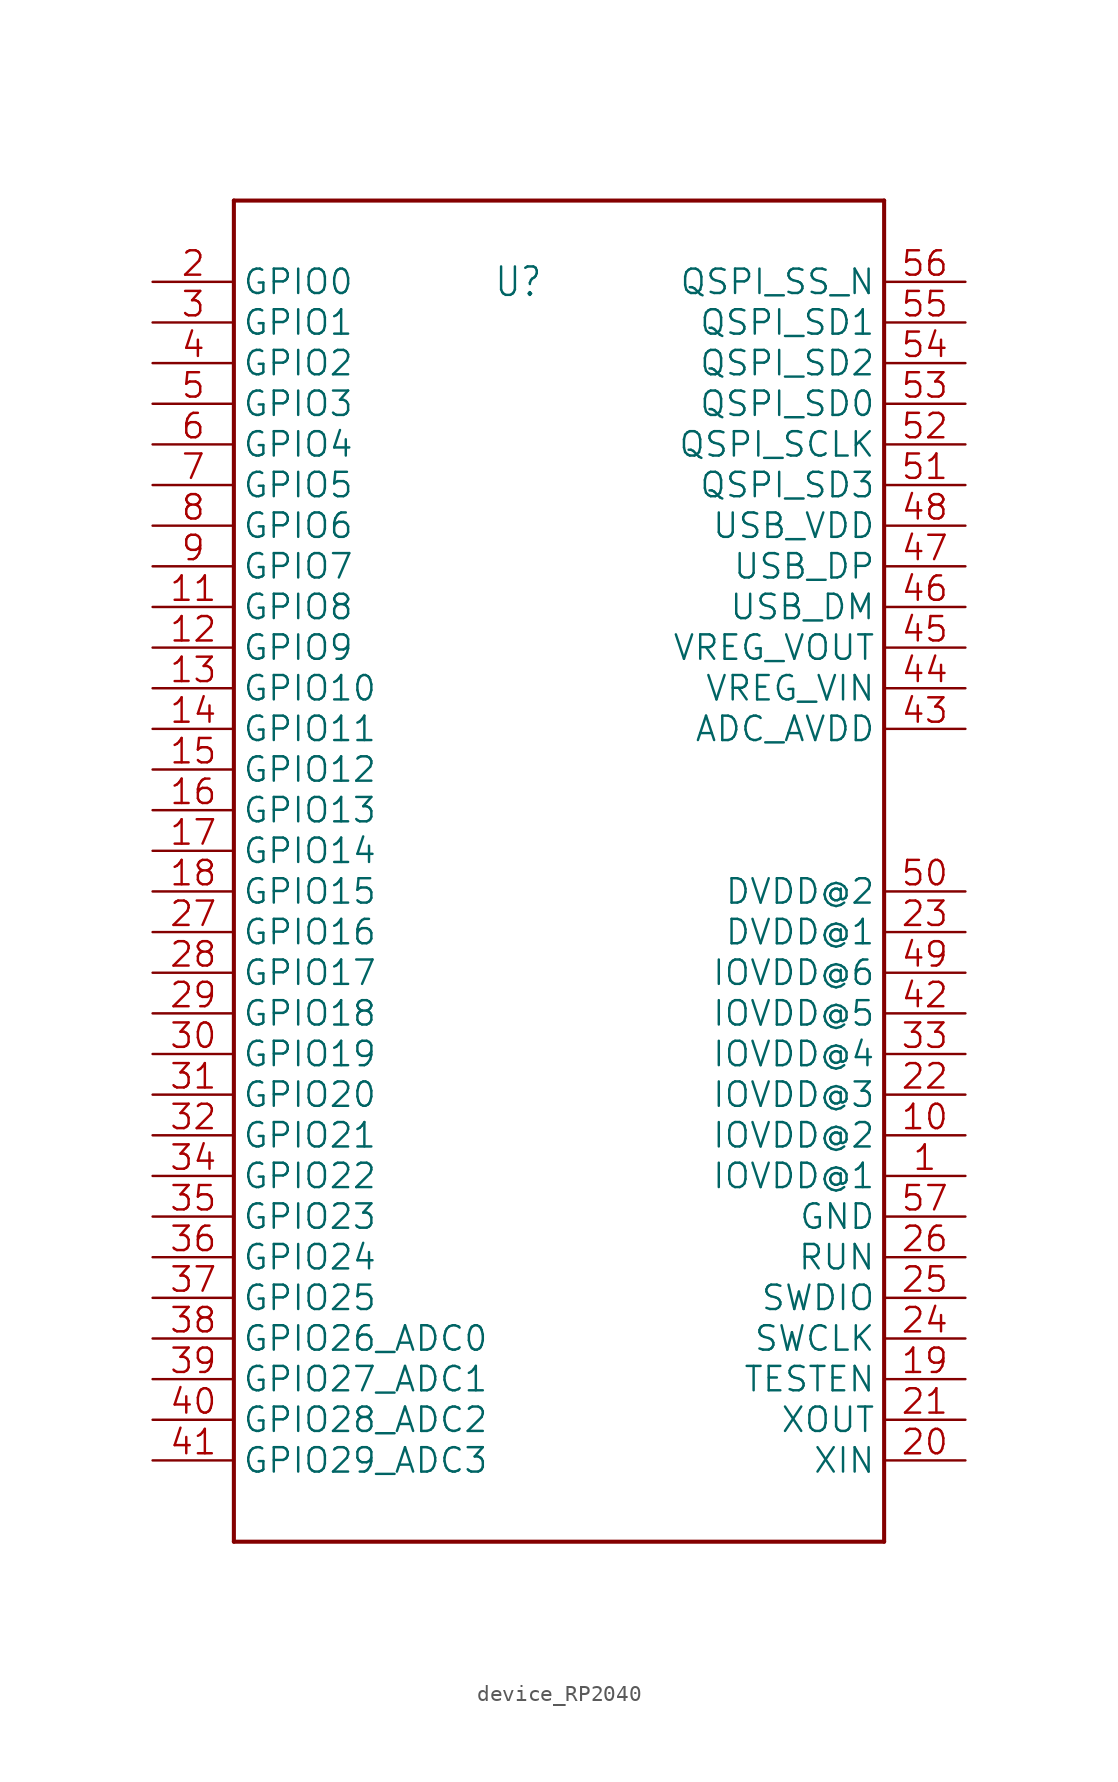
<source format=kicad_sym>
(kicad_symbol_lib
  (version 20241209)
  (generator "kicad_symbol_editor")
  (generator_version "9.0")
  (symbol "device_RP2040"
    (property "Reference" "U"
      (at -2.54 40.64 0)
      (effects (font (size 1.778 1.511))))
    (property "ki_locked" ""
      (at 0 0 0)
      (effects (font (size 1.27 1.27))))
    (symbol "device_RP2040_1_0"
      (polyline (pts (xy -20.32 45.72) (xy -20.32 -38.1)) (stroke (width 0.254) (type solid)) (fill (type none)))
      (polyline (pts (xy -20.32 -38.1) (xy 20.32 -38.1)) (stroke (width 0.254) (type solid)) (fill (type none)))
      (polyline (pts (xy 20.32 45.72) (xy -20.32 45.72)) (stroke (width 0.254) (type solid)) (fill (type none)))
      (polyline (pts (xy 20.32 -38.1) (xy 20.32 45.72)) (stroke (width 0.254) (type solid)) (fill (type none)))
      (pin bidirectional line (at -25.4 40.64 0) (length 5.08) (name "GPIO0" (effects (font (size 1.524 1.524)))) (number "2" (effects (font (size 1.524 1.524)))))
      (pin bidirectional line (at -25.4 38.1 0) (length 5.08) (name "GPIO1" (effects (font (size 1.524 1.524)))) (number "3" (effects (font (size 1.524 1.524)))))
      (pin bidirectional line (at -25.4 35.56 0) (length 5.08) (name "GPIO2" (effects (font (size 1.524 1.524)))) (number "4" (effects (font (size 1.524 1.524)))))
      (pin bidirectional line (at -25.4 33.02 0) (length 5.08) (name "GPIO3" (effects (font (size 1.524 1.524)))) (number "5" (effects (font (size 1.524 1.524)))))
      (pin bidirectional line (at -25.4 30.48 0) (length 5.08) (name "GPIO4" (effects (font (size 1.524 1.524)))) (number "6" (effects (font (size 1.524 1.524)))))
      (pin bidirectional line (at -25.4 27.94 0) (length 5.08) (name "GPIO5" (effects (font (size 1.524 1.524)))) (number "7" (effects (font (size 1.524 1.524)))))
      (pin bidirectional line (at -25.4 25.4 0) (length 5.08) (name "GPIO6" (effects (font (size 1.524 1.524)))) (number "8" (effects (font (size 1.524 1.524)))))
      (pin bidirectional line (at -25.4 22.86 0) (length 5.08) (name "GPIO7" (effects (font (size 1.524 1.524)))) (number "9" (effects (font (size 1.524 1.524)))))
      (pin bidirectional line (at -25.4 20.32 0) (length 5.08) (name "GPIO8" (effects (font (size 1.524 1.524)))) (number "11" (effects (font (size 1.524 1.524)))))
      (pin bidirectional line (at -25.4 17.78 0) (length 5.08) (name "GPIO9" (effects (font (size 1.524 1.524)))) (number "12" (effects (font (size 1.524 1.524)))))
      (pin bidirectional line (at -25.4 15.24 0) (length 5.08) (name "GPIO10" (effects (font (size 1.524 1.524)))) (number "13" (effects (font (size 1.524 1.524)))))
      (pin bidirectional line (at -25.4 12.7 0) (length 5.08) (name "GPIO11" (effects (font (size 1.524 1.524)))) (number "14" (effects (font (size 1.524 1.524)))))
      (pin bidirectional line (at -25.4 10.16 0) (length 5.08) (name "GPIO12" (effects (font (size 1.524 1.524)))) (number "15" (effects (font (size 1.524 1.524)))))
      (pin bidirectional line (at -25.4 7.62 0) (length 5.08) (name "GPIO13" (effects (font (size 1.524 1.524)))) (number "16" (effects (font (size 1.524 1.524)))))
      (pin bidirectional line (at -25.4 5.08 0) (length 5.08) (name "GPIO14" (effects (font (size 1.524 1.524)))) (number "17" (effects (font (size 1.524 1.524)))))
      (pin bidirectional line (at -25.4 2.54 0) (length 5.08) (name "GPIO15" (effects (font (size 1.524 1.524)))) (number "18" (effects (font (size 1.524 1.524)))))
      (pin bidirectional line (at -25.4 0 0) (length 5.08) (name "GPIO16" (effects (font (size 1.524 1.524)))) (number "27" (effects (font (size 1.524 1.524)))))
      (pin bidirectional line (at -25.4 -2.54 0) (length 5.08) (name "GPIO17" (effects (font (size 1.524 1.524)))) (number "28" (effects (font (size 1.524 1.524)))))
      (pin bidirectional line (at -25.4 -5.08 0) (length 5.08) (name "GPIO18" (effects (font (size 1.524 1.524)))) (number "29" (effects (font (size 1.524 1.524)))))
      (pin bidirectional line (at -25.4 -7.62 0) (length 5.08) (name "GPIO19" (effects (font (size 1.524 1.524)))) (number "30" (effects (font (size 1.524 1.524)))))
      (pin bidirectional line (at -25.4 -10.16 0) (length 5.08) (name "GPIO20" (effects (font (size 1.524 1.524)))) (number "31" (effects (font (size 1.524 1.524)))))
      (pin bidirectional line (at -25.4 -12.7 0) (length 5.08) (name "GPIO21" (effects (font (size 1.524 1.524)))) (number "32" (effects (font (size 1.524 1.524)))))
      (pin bidirectional line (at -25.4 -15.24 0) (length 5.08) (name "GPIO22" (effects (font (size 1.524 1.524)))) (number "34" (effects (font (size 1.524 1.524)))))
      (pin bidirectional line (at -25.4 -17.78 0) (length 5.08) (name "GPIO23" (effects (font (size 1.524 1.524)))) (number "35" (effects (font (size 1.524 1.524)))))
      (pin bidirectional line (at -25.4 -20.32 0) (length 5.08) (name "GPIO24" (effects (font (size 1.524 1.524)))) (number "36" (effects (font (size 1.524 1.524)))))
      (pin bidirectional line (at -25.4 -22.86 0) (length 5.08) (name "GPIO25" (effects (font (size 1.524 1.524)))) (number "37" (effects (font (size 1.524 1.524)))))
      (pin bidirectional line (at -25.4 -25.4 0) (length 5.08) (name "GPIO26_ADC0" (effects (font (size 1.524 1.524)))) (number "38" (effects (font (size 1.524 1.524)))))
      (pin bidirectional line (at -25.4 -27.94 0) (length 5.08) (name "GPIO27_ADC1" (effects (font (size 1.524 1.524)))) (number "39" (effects (font (size 1.524 1.524)))))
      (pin bidirectional line (at -25.4 -30.48 0) (length 5.08) (name "GPIO28_ADC2" (effects (font (size 1.524 1.524)))) (number "40" (effects (font (size 1.524 1.524)))))
      (pin bidirectional line (at -25.4 -33.02 0) (length 5.08) (name "GPIO29_ADC3" (effects (font (size 1.524 1.524)))) (number "41" (effects (font (size 1.524 1.524)))))
      (pin bidirectional line (at 25.4 40.64 180) (length 5.08) (name "QSPI_SS_N" (effects (font (size 1.524 1.524)))) (number "56" (effects (font (size 1.524 1.524)))))
      (pin bidirectional line (at 25.4 38.1 180) (length 5.08) (name "QSPI_SD1" (effects (font (size 1.524 1.524)))) (number "55" (effects (font (size 1.524 1.524)))))
      (pin bidirectional line (at 25.4 35.56 180) (length 5.08) (name "QSPI_SD2" (effects (font (size 1.524 1.524)))) (number "54" (effects (font (size 1.524 1.524)))))
      (pin bidirectional line (at 25.4 33.02 180) (length 5.08) (name "QSPI_SD0" (effects (font (size 1.524 1.524)))) (number "53" (effects (font (size 1.524 1.524)))))
      (pin bidirectional line (at 25.4 30.48 180) (length 5.08) (name "QSPI_SCLK" (effects (font (size 1.524 1.524)))) (number "52" (effects (font (size 1.524 1.524)))))
      (pin bidirectional line (at 25.4 27.94 180) (length 5.08) (name "QSPI_SD3" (effects (font (size 1.524 1.524)))) (number "51" (effects (font (size 1.524 1.524)))))
      (pin bidirectional line (at 25.4 25.4 180) (length 5.08) (name "USB_VDD" (effects (font (size 1.524 1.524)))) (number "48" (effects (font (size 1.524 1.524)))))
      (pin bidirectional line (at 25.4 22.86 180) (length 5.08) (name "USB_DP" (effects (font (size 1.524 1.524)))) (number "47" (effects (font (size 1.524 1.524)))))
      (pin bidirectional line (at 25.4 20.32 180) (length 5.08) (name "USB_DM" (effects (font (size 1.524 1.524)))) (number "46" (effects (font (size 1.524 1.524)))))
      (pin bidirectional line (at 25.4 17.78 180) (length 5.08) (name "VREG_VOUT" (effects (font (size 1.524 1.524)))) (number "45" (effects (font (size 1.524 1.524)))))
      (pin bidirectional line (at 25.4 15.24 180) (length 5.08) (name "VREG_VIN" (effects (font (size 1.524 1.524)))) (number "44" (effects (font (size 1.524 1.524)))))
      (pin bidirectional line (at 25.4 12.7 180) (length 5.08) (name "ADC_AVDD" (effects (font (size 1.524 1.524)))) (number "43" (effects (font (size 1.524 1.524)))))
      (pin bidirectional line (at 25.4 2.54 180) (length 5.08) (name "DVDD@2" (effects (font (size 1.524 1.524)))) (number "50" (effects (font (size 1.524 1.524)))))
      (pin bidirectional line (at 25.4 0 180) (length 5.08) (name "DVDD@1" (effects (font (size 1.524 1.524)))) (number "23" (effects (font (size 1.524 1.524)))))
      (pin bidirectional line (at 25.4 -2.54 180) (length 5.08) (name "IOVDD@6" (effects (font (size 1.524 1.524)))) (number "49" (effects (font (size 1.524 1.524)))))
      (pin bidirectional line (at 25.4 -5.08 180) (length 5.08) (name "IOVDD@5" (effects (font (size 1.524 1.524)))) (number "42" (effects (font (size 1.524 1.524)))))
      (pin bidirectional line (at 25.4 -7.62 180) (length 5.08) (name "IOVDD@4" (effects (font (size 1.524 1.524)))) (number "33" (effects (font (size 1.524 1.524)))))
      (pin bidirectional line (at 25.4 -10.16 180) (length 5.08) (name "IOVDD@3" (effects (font (size 1.524 1.524)))) (number "22" (effects (font (size 1.524 1.524)))))
      (pin bidirectional line (at 25.4 -12.7 180) (length 5.08) (name "IOVDD@2" (effects (font (size 1.524 1.524)))) (number "10" (effects (font (size 1.524 1.524)))))
      (pin bidirectional line (at 25.4 -15.24 180) (length 5.08) (name "IOVDD@1" (effects (font (size 1.524 1.524)))) (number "1" (effects (font (size 1.524 1.524)))))
      (pin bidirectional line (at 25.4 -17.78 180) (length 5.08) (name "GND" (effects (font (size 1.524 1.524)))) (number "57" (effects (font (size 1.524 1.524)))))
      (pin bidirectional line (at 25.4 -20.32 180) (length 5.08) (name "RUN" (effects (font (size 1.524 1.524)))) (number "26" (effects (font (size 1.524 1.524)))))
      (pin bidirectional line (at 25.4 -22.86 180) (length 5.08) (name "SWDIO" (effects (font (size 1.524 1.524)))) (number "25" (effects (font (size 1.524 1.524)))))
      (pin bidirectional line (at 25.4 -25.4 180) (length 5.08) (name "SWCLK" (effects (font (size 1.524 1.524)))) (number "24" (effects (font (size 1.524 1.524)))))
      (pin bidirectional line (at 25.4 -27.94 180) (length 5.08) (name "TESTEN" (effects (font (size 1.524 1.524)))) (number "19" (effects (font (size 1.524 1.524)))))
      (pin bidirectional line (at 25.4 -30.48 180) (length 5.08) (name "XOUT" (effects (font (size 1.524 1.524)))) (number "21" (effects (font (size 1.524 1.524)))))
      (pin bidirectional line (at 25.4 -33.02 180) (length 5.08) (name "XIN" (effects (font (size 1.524 1.524)))) (number "20" (effects (font (size 1.524 1.524))))))))
</source>
